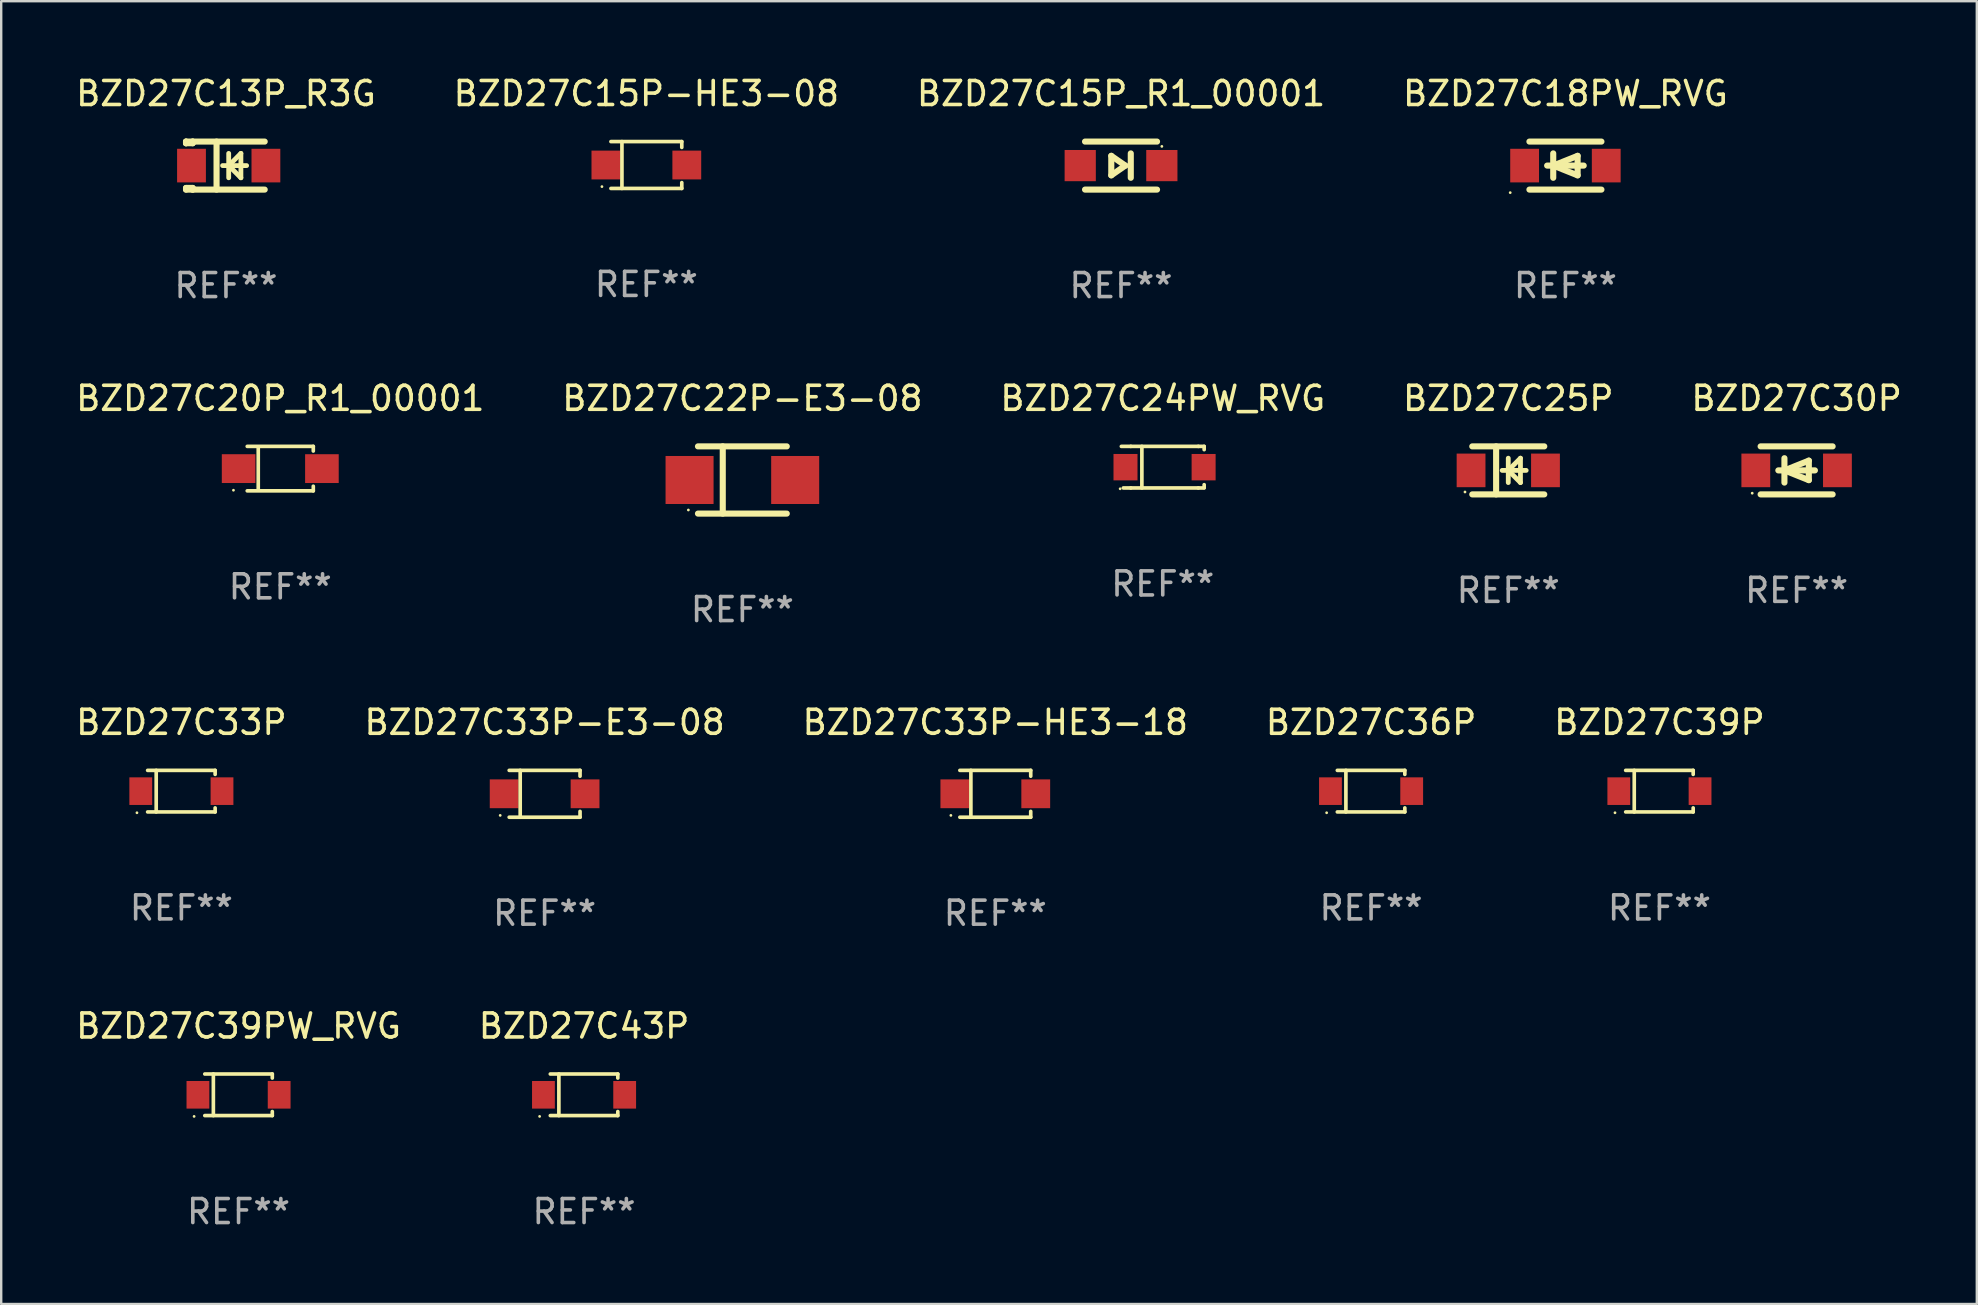
<source format=kicad_pcb>
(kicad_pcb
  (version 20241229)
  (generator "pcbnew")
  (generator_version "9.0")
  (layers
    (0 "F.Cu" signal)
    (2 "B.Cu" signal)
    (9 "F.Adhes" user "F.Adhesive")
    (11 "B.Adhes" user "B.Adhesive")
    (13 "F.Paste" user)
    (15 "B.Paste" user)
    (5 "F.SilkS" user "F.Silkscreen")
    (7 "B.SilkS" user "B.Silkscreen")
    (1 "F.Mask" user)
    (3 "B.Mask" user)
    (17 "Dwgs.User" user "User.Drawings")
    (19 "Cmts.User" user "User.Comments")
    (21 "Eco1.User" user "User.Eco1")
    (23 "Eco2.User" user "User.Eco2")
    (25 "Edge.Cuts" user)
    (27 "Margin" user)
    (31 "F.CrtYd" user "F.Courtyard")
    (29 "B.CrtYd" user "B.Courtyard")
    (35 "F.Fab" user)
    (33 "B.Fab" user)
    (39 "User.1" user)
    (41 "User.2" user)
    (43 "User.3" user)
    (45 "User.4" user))
  (footprint "BZD27C13P_R3G"
    (layer "F.Cu")
    (at 6.363 3.848)
    (property "Reference" "BZD27C13P_R3G" (at 0 -3 0) (layer "F.SilkS") (effects (font (size 1 1) (thickness 0.15))))
    (attr through_hole)
    (fp_line (start -1.664 -1) (end -1.664 -0.931) (stroke (width 0.254) (type solid)) (layer "F.SilkS"))
    (fp_line (start -1.664 -0.931) (end -1.664 -1) (stroke (width 0.254) (type solid)) (layer "F.SilkS"))
    (fp_line (start -1.664 0.931) (end -1.386 0.931) (stroke (width 0.254) (type solid)) (layer "F.SilkS"))
    (fp_line (start -1.664 1) (end -1.664 0.931) (stroke (width 0.254) (type solid)) (layer "F.SilkS"))
    (fp_line (start -1.386 -1) (end -1.664 -1) (stroke (width 0.254) (type solid)) (layer "F.SilkS"))
    (fp_line (start -1.386 -1) (end -1.386 -0.931) (stroke (width 0.254) (type solid)) (layer "F.SilkS"))
    (fp_line (start -1.386 -1) (end 1.614 -1) (stroke (width 0.254) (type solid)) (layer "F.SilkS"))
    (fp_line (start -1.386 -0.931) (end -1.664 -0.931) (stroke (width 0.254) (type solid)) (layer "F.SilkS"))
    (fp_line (start -1.386 0.931) (end -1.386 1) (stroke (width 0.254) (type solid)) (layer "F.SilkS"))
    (fp_line (start -1.386 1) (end -1.664 1) (stroke (width 0.254) (type solid)) (layer "F.SilkS"))
    (fp_line (start -1.386 1) (end 1.614 1) (stroke (width 0.254) (type solid)) (layer "F.SilkS"))
    (fp_line (start -0.392 -1) (end -0.392 1) (stroke (width 0.254) (type solid)) (layer "F.SilkS"))
    (fp_line (start -0.14 0) (end 0.86 0) (stroke (width 0.2) (type solid)) (layer "F.SilkS"))
    (fp_line (start 0.114 -0.508) (end 0.114 0.508) (stroke (width 0.2) (type solid)) (layer "F.SilkS"))
    (fp_line (start 0.114 0) (end 0.622 -0.508) (stroke (width 0.2) (type solid)) (layer "F.SilkS"))
    (fp_line (start 0.622 -0.508) (end 0.622 0.508) (stroke (width 0.2) (type solid)) (layer "F.SilkS"))
    (fp_line (start 0.622 0.508) (end 0.114 0) (stroke (width 0.2) (type solid)) (layer "F.SilkS"))
    (fp_circle (center -1.692 0.9) (end -1.662 0.9) (stroke (width 0.06) (type solid)) (fill no) (layer "F.SilkS"))
    (fp_text user "REF**" (at 0 5 0) (layer "F.Fab") (effects (font (size 1 1) (thickness 0.15))))
    (pad "1" smd rect (at -1.436 0) (size 1.2 1.4) (layers "F.Cu" "F.Mask" "F.Paste"))
    (pad "2" smd rect (at 1.664 0) (size 1.2 1.4) (layers "F.Cu" "F.Mask" "F.Paste")))
  (footprint "BZD27C15P-HE3-08"
    (layer "F.Cu")
    (at 23.875 3.824)
    (property "Reference" "BZD27C15P-HE3-08" (at 0 -2.976 0) (layer "F.SilkS") (effects (font (size 1 1) (thickness 0.15))))
    (attr through_hole)
    (fp_line (start -1.476 -0.976) (end 1.476 -0.976) (stroke (width 0.152) (type solid)) (layer "F.SilkS"))
    (fp_line (start -1.476 0.976) (end 1.476 0.976) (stroke (width 0.152) (type solid)) (layer "F.SilkS"))
    (fp_line (start -1.017 -0.976) (end -1.017 0.976) (stroke (width 0.152) (type solid)) (layer "F.SilkS"))
    (fp_line (start 1.476 -0.976) (end 1.476 -0.733) (stroke (width 0.152) (type solid)) (layer "F.SilkS"))
    (fp_line (start 1.476 0.976) (end 1.476 0.733) (stroke (width 0.152) (type solid)) (layer "F.SilkS"))
    (fp_circle (center -1.85 0.9) (end -1.82 0.9) (stroke (width 0.06) (type solid)) (fill no) (layer "F.SilkS"))
    (fp_text user "REF**" (at 0 4.976 0) (layer "F.Fab") (effects (font (size 1 1) (thickness 0.15))))
    (pad "1" smd rect (at -1.685 0) (size 1.2 1.2) (layers "F.Cu" "F.Mask" "F.Paste"))
    (pad "2" smd rect (at 1.685 0) (size 1.2 1.2) (layers "F.Cu" "F.Mask" "F.Paste")))
  (footprint "BZD27C39P"
    (layer "F.Cu")
    (at 66.077 29.907)
    (property "Reference" "BZD27C39P" (at 0 -2.866 0) (layer "F.SilkS") (effects (font (size 1 1) (thickness 0.15))))
    (attr through_hole)
    (fp_line (start -1.406 -0.866) (end 1.406 -0.866) (stroke (width 0.152) (type solid)) (layer "F.SilkS"))
    (fp_line (start -1.406 0.866) (end 1.406 0.866) (stroke (width 0.152) (type solid)) (layer "F.SilkS"))
    (fp_line (start -1.049 -0.866) (end -1.049 0.866) (stroke (width 0.152) (type solid)) (layer "F.SilkS"))
    (fp_line (start 1.406 -0.866) (end 1.406 -0.698) (stroke (width 0.152) (type solid)) (layer "F.SilkS"))
    (fp_line (start 1.406 0.866) (end 1.406 0.698) (stroke (width 0.152) (type solid)) (layer "F.SilkS"))
    (fp_circle (center -1.851 0.9) (end -1.821 0.9) (stroke (width 0.06) (type solid)) (fill no) (layer "F.SilkS"))
    (fp_text user "REF**" (at 0 4.866 0) (layer "F.Fab") (effects (font (size 1 1) (thickness 0.15))))
    (pad "1" smd rect (at -1.692 0) (size 0.95 1.15) (layers "F.Cu" "F.Mask" "F.Paste"))
    (pad "2" smd rect (at 1.692 0) (size 0.95 1.15) (layers "F.Cu" "F.Mask" "F.Paste")))
  (footprint "BZD27C43P"
    (layer "F.Cu")
    (at 21.28 42.556)
    (property "Reference" "BZD27C43P" (at 0 -2.866 0) (layer "F.SilkS") (effects (font (size 1 1) (thickness 0.15))))
    (attr through_hole)
    (fp_line (start -1.406 -0.866) (end 1.406 -0.866) (stroke (width 0.152) (type solid)) (layer "F.SilkS"))
    (fp_line (start -1.406 0.866) (end 1.406 0.866) (stroke (width 0.152) (type solid)) (layer "F.SilkS"))
    (fp_line (start -1.049 -0.866) (end -1.049 0.866) (stroke (width 0.152) (type solid)) (layer "F.SilkS"))
    (fp_line (start 1.406 -0.866) (end 1.406 -0.698) (stroke (width 0.152) (type solid)) (layer "F.SilkS"))
    (fp_line (start 1.406 0.866) (end 1.406 0.698) (stroke (width 0.152) (type solid)) (layer "F.SilkS"))
    (fp_circle (center -1.851 0.9) (end -1.821 0.9) (stroke (width 0.06) (type solid)) (fill no) (layer "F.SilkS"))
    (fp_text user "REF**" (at 0 4.866 0) (layer "F.Fab") (effects (font (size 1 1) (thickness 0.15))))
    (pad "1" smd rect (at -1.692 0) (size 0.95 1.15) (layers "F.Cu" "F.Mask" "F.Paste"))
    (pad "2" smd rect (at 1.692 0) (size 0.95 1.15) (layers "F.Cu" "F.Mask" "F.Paste")))
  (footprint "BZD27C20P_R1_00001"
    (layer "F.Cu")
    (at 8.625 16.471)
    (property "Reference" "BZD27C20P_R1_00001" (at 0 -2.926 0) (layer "F.SilkS") (effects (font (size 1 1) (thickness 0.15))))
    (attr through_hole)
    (fp_line (start -1.376 -0.926) (end 1.376 -0.926) (stroke (width 0.152) (type solid)) (layer "F.SilkS"))
    (fp_line (start -1.376 0.926) (end 1.376 0.926) (stroke (width 0.152) (type solid)) (layer "F.SilkS"))
    (fp_line (start -0.917 -0.876) (end -0.917 0.876) (stroke (width 0.152) (type solid)) (layer "F.SilkS"))
    (fp_line (start 1.376 -0.926) (end 1.376 -0.733) (stroke (width 0.152) (type solid)) (layer "F.SilkS"))
    (fp_line (start 1.376 0.926) (end 1.376 0.733) (stroke (width 0.152) (type solid)) (layer "F.SilkS"))
    (fp_circle (center -1.95 0.9) (end -1.92 0.9) (stroke (width 0.06) (type solid)) (fill no) (layer "F.SilkS"))
    (fp_text user "REF**" (at 0 4.926 0) (layer "F.Fab") (effects (font (size 1 1) (thickness 0.15))))
    (pad "1" smd rect (at -1.735 0) (size 1.4 1.2) (layers "F.Cu" "F.Mask" "F.Paste"))
    (pad "2" smd rect (at 1.735 0) (size 1.4 1.2) (layers "F.Cu" "F.Mask" "F.Paste")))
  (footprint "BZD27C33P-E3-08"
    (layer "F.Cu")
    (at 19.637 30.017)
    (property "Reference" "BZD27C33P-E3-08" (at 0 -2.976 0) (layer "F.SilkS") (effects (font (size 1 1) (thickness 0.15))))
    (attr through_hole)
    (fp_line (start -1.476 -0.976) (end 1.476 -0.976) (stroke (width 0.152) (type solid)) (layer "F.SilkS"))
    (fp_line (start -1.476 0.976) (end 1.476 0.976) (stroke (width 0.152) (type solid)) (layer "F.SilkS"))
    (fp_line (start -1.017 -0.976) (end -1.017 0.976) (stroke (width 0.152) (type solid)) (layer "F.SilkS"))
    (fp_line (start 1.476 -0.976) (end 1.476 -0.733) (stroke (width 0.152) (type solid)) (layer "F.SilkS"))
    (fp_line (start 1.476 0.976) (end 1.476 0.733) (stroke (width 0.152) (type solid)) (layer "F.SilkS"))
    (fp_circle (center -1.85 0.9) (end -1.82 0.9) (stroke (width 0.06) (type solid)) (fill no) (layer "F.SilkS"))
    (fp_text user "REF**" (at 0 4.976 0) (layer "F.Fab") (effects (font (size 1 1) (thickness 0.15))))
    (pad "1" smd rect (at -1.685 0) (size 1.2 1.2) (layers "F.Cu" "F.Mask" "F.Paste"))
    (pad "2" smd rect (at 1.685 0) (size 1.2 1.2) (layers "F.Cu" "F.Mask" "F.Paste")))
  (footprint "BZD27C22P-E3-08"
    (layer "F.Cu")
    (at 27.875 16.945)
    (property "Reference" "BZD27C22P-E3-08" (at 0 -3.4 0) (layer "F.SilkS") (effects (font (size 1 1) (thickness 0.15))))
    (attr through_hole)
    (fp_line (start -1.85 -1.4) (end 1.85 -1.4) (stroke (width 0.254) (type solid)) (layer "F.SilkS"))
    (fp_line (start -1.85 1.4) (end 1.85 1.4) (stroke (width 0.254) (type solid)) (layer "F.SilkS"))
    (fp_line (start -0.817 -1.4) (end -0.817 1.4) (stroke (width 0.254) (type solid)) (layer "F.SilkS"))
    (fp_circle (center -2.25 1.25) (end -2.22 1.25) (stroke (width 0.06) (type solid)) (fill no) (layer "F.SilkS"))
    (fp_text user "REF**" (at 0 5.4 0) (layer "F.Fab") (effects (font (size 1 1) (thickness 0.15))))
    (pad "1" smd rect (at -2.2 -0.000013) (size 2 2) (layers "F.Cu" "F.Mask" "F.Paste"))
    (pad "2" smd rect (at 2.2 -0.000013) (size 2 2) (layers "F.Cu" "F.Mask" "F.Paste")))
  (footprint "BZD27C24PW_RVG"
    (layer "F.Cu")
    (at 45.387 16.411)
    (property "Reference" "BZD27C24PW_RVG" (at 0 -2.866 0) (layer "F.SilkS") (effects (font (size 1 1) (thickness 0.15))))
    (attr through_hole)
    (fp_line (start -1.332 0.866) (end -1.642 0.866) (stroke (width 0.152) (type solid)) (layer "F.SilkS"))
    (fp_line (start -1.331 -0.866) (end -1.725 -0.866) (stroke (width 0.152) (type solid)) (layer "F.SilkS"))
    (fp_line (start -1.331 -0.866) (end 1.481 -0.866) (stroke (width 0.152) (type solid)) (layer "F.SilkS"))
    (fp_line (start -1.331 0.866) (end 1.481 0.866) (stroke (width 0.152) (type solid)) (layer "F.SilkS"))
    (fp_line (start -0.87 -0.866) (end -0.87 0.866) (stroke (width 0.152) (type solid)) (layer "F.SilkS"))
    (fp_line (start 1.481 -0.866) (end 1.725 -0.866) (stroke (width 0.152) (type solid)) (layer "F.SilkS"))
    (fp_line (start 1.481 0.866) (end 1.725 0.866) (stroke (width 0.152) (type solid)) (layer "F.SilkS"))
    (fp_line (start 1.725 -0.866) (end 1.725 -0.73) (stroke (width 0.152) (type solid)) (layer "F.SilkS"))
    (fp_line (start 1.725 0.73) (end 1.725 0.85) (stroke (width 0.152) (type solid)) (layer "F.SilkS"))
    (fp_circle (center -1.775 0.9) (end -1.745 0.9) (stroke (width 0.06) (type solid)) (fill no) (layer "F.SilkS"))
    (fp_text user "REF**" (at 0 4.866 0) (layer "F.Fab") (effects (font (size 1 1) (thickness 0.15))))
    (pad "1" smd rect (at -1.552 0) (size 1 1.1) (layers "F.Cu" "F.Mask" "F.Paste"))
    (pad "2" smd rect (at 1.702 0) (size 1 1.1) (layers "F.Cu" "F.Mask" "F.Paste")))
  (footprint "BZD27C18PW_RVG"
    (layer "F.Cu")
    (at 62.161 3.848)
    (property "Reference" "BZD27C18PW_RVG" (at 0 -3 0) (layer "F.SilkS") (effects (font (size 1 1) (thickness 0.15))))
    (attr through_hole)
    (fp_line (start -1.5 -1) (end 1.5 -1) (stroke (width 0.254) (type solid)) (layer "F.SilkS"))
    (fp_line (start -1.5 1) (end 1.5 1) (stroke (width 0.254) (type solid)) (layer "F.SilkS"))
    (fp_line (start -0.762 0) (end 0.762 0) (stroke (width 0.254) (type solid)) (layer "F.SilkS"))
    (fp_line (start -0.508 -0.508) (end -0.508 0.508) (stroke (width 0.254) (type solid)) (layer "F.SilkS"))
    (fp_line (start -0.508 0) (end 0.508 -0.406) (stroke (width 0.254) (type solid)) (layer "F.SilkS"))
    (fp_line (start 0.508 -0.406) (end 0.508 0.406) (stroke (width 0.254) (type solid)) (layer "F.SilkS"))
    (fp_line (start 0.508 0.406) (end -0.508 0) (stroke (width 0.254) (type solid)) (layer "F.SilkS"))
    (fp_circle (center -2.3 1.127) (end -2.27 1.127) (stroke (width 0.06) (type solid)) (fill no) (layer "F.SilkS"))
    (fp_text user "REF**" (at 0 5 0) (layer "F.Fab") (effects (font (size 1 1) (thickness 0.15))))
    (pad "1" smd rect (at -1.7 0) (size 1.2 1.4) (layers "F.Cu" "F.Mask" "F.Paste"))
    (pad "2" smd rect (at 1.7 0) (size 1.2 1.4) (layers "F.Cu" "F.Mask" "F.Paste")))
  (footprint "BZD27C33P-HE3-18"
    (layer "F.Cu")
    (at 38.411 30.017)
    (property "Reference" "BZD27C33P-HE3-18" (at 0 -2.976 0) (layer "F.SilkS") (effects (font (size 1 1) (thickness 0.15))))
    (attr through_hole)
    (fp_line (start -1.476 -0.976) (end 1.476 -0.976) (stroke (width 0.152) (type solid)) (layer "F.SilkS"))
    (fp_line (start -1.476 0.976) (end 1.476 0.976) (stroke (width 0.152) (type solid)) (layer "F.SilkS"))
    (fp_line (start -1.017 -0.976) (end -1.017 0.976) (stroke (width 0.152) (type solid)) (layer "F.SilkS"))
    (fp_line (start 1.476 -0.976) (end 1.476 -0.733) (stroke (width 0.152) (type solid)) (layer "F.SilkS"))
    (fp_line (start 1.476 0.976) (end 1.476 0.733) (stroke (width 0.152) (type solid)) (layer "F.SilkS"))
    (fp_circle (center -1.85 0.9) (end -1.82 0.9) (stroke (width 0.06) (type solid)) (fill no) (layer "F.SilkS"))
    (fp_text user "REF**" (at 0 4.976 0) (layer "F.Fab") (effects (font (size 1 1) (thickness 0.15))))
    (pad "1" smd rect (at -1.685 0) (size 1.2 1.2) (layers "F.Cu" "F.Mask" "F.Paste"))
    (pad "2" smd rect (at 1.685 0) (size 1.2 1.2) (layers "F.Cu" "F.Mask" "F.Paste")))
  (footprint "BZD27C15P_R1_00001"
    (layer "F.Cu")
    (at 43.649 3.848)
    (property "Reference" "BZD27C15P_R1_00001" (at 0 -3 0) (layer "F.SilkS") (effects (font (size 1 1) (thickness 0.15))))
    (attr through_hole)
    (fp_line (start -1.5 -1) (end 1.5 -1) (stroke (width 0.254) (type solid)) (layer "F.SilkS"))
    (fp_line (start -0.406 -0.406) (end 0.178 0) (stroke (width 0.254) (type solid)) (layer "F.SilkS"))
    (fp_line (start -0.406 0.406) (end -0.406 -0.406) (stroke (width 0.254) (type solid)) (layer "F.SilkS"))
    (fp_line (start 0.178 0) (end -0.406 0.406) (stroke (width 0.254) (type solid)) (layer "F.SilkS"))
    (fp_line (start 0.406 0.508) (end 0.406 -0.508) (stroke (width 0.254) (type solid)) (layer "F.SilkS"))
    (fp_line (start 1.5 1) (end -1.5 1) (stroke (width 0.254) (type solid)) (layer "F.SilkS"))
    (fp_circle (center 1.7 -0.8) (end 1.73 -0.8) (stroke (width 0.06) (type solid)) (fill no) (layer "F.SilkS"))
    (fp_text user "REF**" (at 0 5 0) (layer "F.Fab") (effects (font (size 1 1) (thickness 0.15))))
    (pad "1" smd rect (at 1.7 0 180) (size 1.3 1.3) (layers "F.Cu" "F.Mask" "F.Paste"))
    (pad "2" smd rect (at -1.7 0 180) (size 1.3 1.3) (layers "F.Cu" "F.Mask" "F.Paste")))
  (footprint "BZD27C39PW_RVG"
    (layer "F.Cu")
    (at 6.887 42.556)
    (property "Reference" "BZD27C39PW_RVG" (at 0 -2.866 0) (layer "F.SilkS") (effects (font (size 1 1) (thickness 0.15))))
    (attr through_hole)
    (fp_line (start -1.406 -0.866) (end 1.406 -0.866) (stroke (width 0.152) (type solid)) (layer "F.SilkS"))
    (fp_line (start -1.406 0.866) (end 1.406 0.866) (stroke (width 0.152) (type solid)) (layer "F.SilkS"))
    (fp_line (start -1.049 -0.866) (end -1.049 0.866) (stroke (width 0.152) (type solid)) (layer "F.SilkS"))
    (fp_line (start 1.406 -0.866) (end 1.406 -0.698) (stroke (width 0.152) (type solid)) (layer "F.SilkS"))
    (fp_line (start 1.406 0.866) (end 1.406 0.698) (stroke (width 0.152) (type solid)) (layer "F.SilkS"))
    (fp_circle (center -1.851 0.9) (end -1.821 0.9) (stroke (width 0.06) (type solid)) (fill no) (layer "F.SilkS"))
    (fp_text user "REF**" (at 0 4.866 0) (layer "F.Fab") (effects (font (size 1 1) (thickness 0.15))))
    (pad "1" smd rect (at -1.692 0) (size 0.95 1.15) (layers "F.Cu" "F.Mask" "F.Paste"))
    (pad "2" smd rect (at 1.692 0) (size 0.95 1.15) (layers "F.Cu" "F.Mask" "F.Paste")))
  (footprint "BZD27C25P"
    (layer "F.Cu")
    (at 59.78 16.545)
    (property "Reference" "BZD27C25P" (at 0 -3 0) (layer "F.SilkS") (effects (font (size 1 1) (thickness 0.15))))
    (attr through_hole)
    (fp_line (start -1.5 -1) (end 1.5 -1) (stroke (width 0.254) (type solid)) (layer "F.SilkS"))
    (fp_line (start -1.5 1) (end 1.5 1) (stroke (width 0.254) (type solid)) (layer "F.SilkS"))
    (fp_line (start -0.506 -1) (end -0.506 1) (stroke (width 0.254) (type solid)) (layer "F.SilkS"))
    (fp_line (start -0.254 0) (end 0.746 0) (stroke (width 0.2) (type solid)) (layer "F.SilkS"))
    (fp_line (start 0.000102 -0.508) (end 0.000102 0.508) (stroke (width 0.2) (type solid)) (layer "F.SilkS"))
    (fp_line (start 0.000102 0) (end 0.508 -0.508) (stroke (width 0.2) (type solid)) (layer "F.SilkS"))
    (fp_line (start 0.508 -0.508) (end 0.508 0.508) (stroke (width 0.2) (type solid)) (layer "F.SilkS"))
    (fp_line (start 0.508 0.508) (end 0.000102 0) (stroke (width 0.2) (type solid)) (layer "F.SilkS"))
    (fp_circle (center -1.803 0.9) (end -1.773 0.9) (stroke (width 0.06) (type solid)) (fill no) (layer "F.SilkS"))
    (fp_text user "REF**" (at 0 5 0) (layer "F.Fab") (effects (font (size 1 1) (thickness 0.15))))
    (pad "1" smd rect (at -1.55 0) (size 1.2 1.4) (layers "F.Cu" "F.Mask" "F.Paste"))
    (pad "2" smd rect (at 1.55 0) (size 1.2 1.4) (layers "F.Cu" "F.Mask" "F.Paste")))
  (footprint "BZD27C30P"
    (layer "F.Cu")
    (at 71.792 16.545)
    (property "Reference" "BZD27C30P" (at 0 -3 0) (layer "F.SilkS") (effects (font (size 1 1) (thickness 0.15))))
    (attr through_hole)
    (fp_line (start -1.5 -1) (end 1.5 -1) (stroke (width 0.254) (type solid)) (layer "F.SilkS"))
    (fp_line (start -1.5 1) (end 1.5 1) (stroke (width 0.254) (type solid)) (layer "F.SilkS"))
    (fp_line (start -0.762 0) (end 0.762 0) (stroke (width 0.254) (type solid)) (layer "F.SilkS"))
    (fp_line (start -0.508 0) (end 0.508 0.406) (stroke (width 0.254) (type solid)) (layer "F.SilkS"))
    (fp_line (start -0.508 0.508) (end -0.508 -0.508) (stroke (width 0.254) (type solid)) (layer "F.SilkS"))
    (fp_line (start 0.508 -0.406) (end -0.508 0) (stroke (width 0.254) (type solid)) (layer "F.SilkS"))
    (fp_line (start 0.508 0.406) (end 0.508 -0.406) (stroke (width 0.254) (type solid)) (layer "F.SilkS"))
    (fp_circle (center -1.85 0.95) (end -1.82 0.95) (stroke (width 0.06) (type solid)) (fill no) (layer "F.SilkS"))
    (fp_text user "REF**" (at 0 5 0) (layer "F.Fab") (effects (font (size 1 1) (thickness 0.15))))
    (pad "1" smd rect (at -1.7 -0.000025) (size 1.2 1.4) (layers "F.Cu" "F.Mask" "F.Paste"))
    (pad "2" smd rect (at 1.7 -0.000025) (size 1.2 1.4) (layers "F.Cu" "F.Mask" "F.Paste")))
  (footprint "BZD27C33P"
    (layer "F.Cu")
    (at 4.506 29.907)
    (property "Reference" "BZD27C33P" (at 0 -2.866 0) (layer "F.SilkS") (effects (font (size 1 1) (thickness 0.15))))
    (attr through_hole)
    (fp_line (start -1.406 -0.866) (end 1.406 -0.866) (stroke (width 0.152) (type solid)) (layer "F.SilkS"))
    (fp_line (start -1.406 0.866) (end 1.406 0.866) (stroke (width 0.152) (type solid)) (layer "F.SilkS"))
    (fp_line (start -1.049 -0.866) (end -1.049 0.866) (stroke (width 0.152) (type solid)) (layer "F.SilkS"))
    (fp_line (start 1.406 -0.866) (end 1.406 -0.698) (stroke (width 0.152) (type solid)) (layer "F.SilkS"))
    (fp_line (start 1.406 0.866) (end 1.406 0.698) (stroke (width 0.152) (type solid)) (layer "F.SilkS"))
    (fp_circle (center -1.851 0.9) (end -1.821 0.9) (stroke (width 0.06) (type solid)) (fill no) (layer "F.SilkS"))
    (fp_text user "REF**" (at 0 4.866 0) (layer "F.Fab") (effects (font (size 1 1) (thickness 0.15))))
    (pad "1" smd rect (at -1.692 0) (size 0.95 1.15) (layers "F.Cu" "F.Mask" "F.Paste"))
    (pad "2" smd rect (at 1.692 0) (size 0.95 1.15) (layers "F.Cu" "F.Mask" "F.Paste")))
  (footprint "BZD27C36P"
    (layer "F.Cu")
    (at 54.065 29.907)
    (property "Reference" "BZD27C36P" (at 0 -2.866 0) (layer "F.SilkS") (effects (font (size 1 1) (thickness 0.15))))
    (attr through_hole)
    (fp_line (start -1.406 -0.866) (end 1.406 -0.866) (stroke (width 0.152) (type solid)) (layer "F.SilkS"))
    (fp_line (start -1.406 0.866) (end 1.406 0.866) (stroke (width 0.152) (type solid)) (layer "F.SilkS"))
    (fp_line (start -1.049 -0.866) (end -1.049 0.866) (stroke (width 0.152) (type solid)) (layer "F.SilkS"))
    (fp_line (start 1.406 -0.866) (end 1.406 -0.698) (stroke (width 0.152) (type solid)) (layer "F.SilkS"))
    (fp_line (start 1.406 0.866) (end 1.406 0.698) (stroke (width 0.152) (type solid)) (layer "F.SilkS"))
    (fp_circle (center -1.851 0.9) (end -1.821 0.9) (stroke (width 0.06) (type solid)) (fill no) (layer "F.SilkS"))
    (fp_text user "REF**" (at 0 4.866 0) (layer "F.Fab") (effects (font (size 1 1) (thickness 0.15))))
    (pad "1" smd rect (at -1.692 0) (size 0.95 1.15) (layers "F.Cu" "F.Mask" "F.Paste"))
    (pad "2" smd rect (at 1.692 0) (size 0.95 1.15) (layers "F.Cu" "F.Mask" "F.Paste")))
  (gr_rect
    (start -3 -3)
    (end 79.298 51.271)
    (stroke (width 0.1) (type default))
    (fill no)
    (layer "Edge.Cuts")))
</source>
